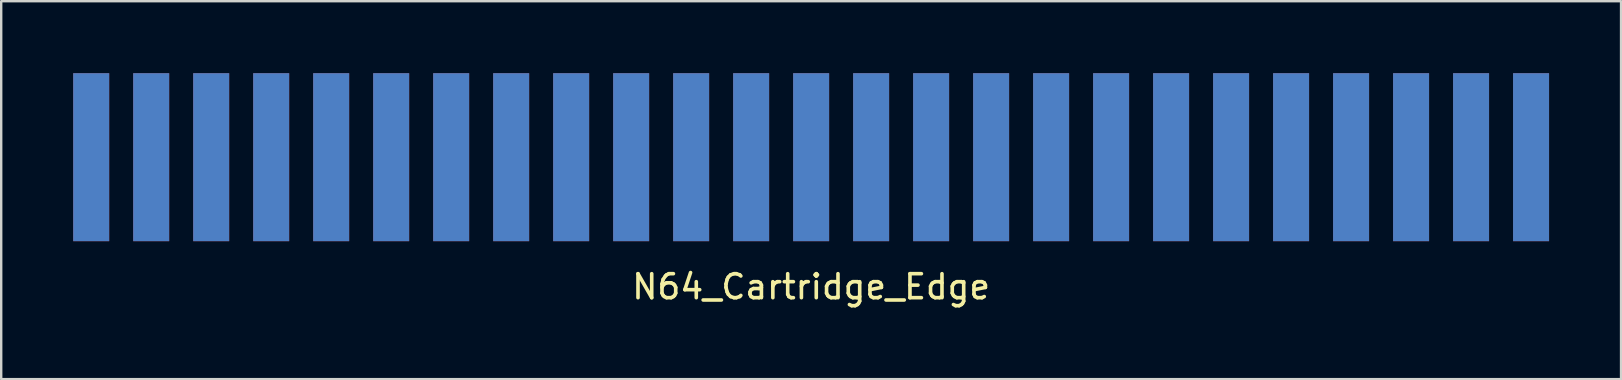
<source format=kicad_pcb>
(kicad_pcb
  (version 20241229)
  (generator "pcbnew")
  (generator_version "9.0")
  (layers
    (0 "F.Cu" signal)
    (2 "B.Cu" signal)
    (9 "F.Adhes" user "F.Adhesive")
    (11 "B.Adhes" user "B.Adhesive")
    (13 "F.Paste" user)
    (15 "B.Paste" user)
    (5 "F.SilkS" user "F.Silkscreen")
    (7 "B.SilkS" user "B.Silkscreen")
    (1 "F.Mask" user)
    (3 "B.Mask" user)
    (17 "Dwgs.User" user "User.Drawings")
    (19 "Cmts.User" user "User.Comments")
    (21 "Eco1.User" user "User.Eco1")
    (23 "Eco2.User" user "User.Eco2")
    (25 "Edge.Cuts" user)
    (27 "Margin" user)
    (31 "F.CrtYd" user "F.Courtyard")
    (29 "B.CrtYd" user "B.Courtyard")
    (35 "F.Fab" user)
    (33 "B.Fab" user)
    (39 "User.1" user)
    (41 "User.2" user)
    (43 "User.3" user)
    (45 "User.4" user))
  (footprint "N64_Cartridge_Edge"
    (layer "F.Cu")
    (at 30.75 3.5)
    (property "Reference" "N64_Cartridge_Edge" (at 0 5.4 0) (layer "F.SilkS") (effects (font (size 1 1) (thickness 0.15))))
    (attr exclude_from_pos_files exclude_from_bom)
    (pad "1" smd rect (at 30 0) (size 1.5 7) (layers "B.Cu"))
    (pad "2" smd rect (at 27.5 0) (size 1.5 7) (layers "B.Cu"))
    (pad "3" smd rect (at 25 0) (size 1.5 7) (layers "B.Cu"))
    (pad "4" smd rect (at 22.5 0) (size 1.5 7) (layers "B.Cu"))
    (pad "5" smd rect (at 20 0) (size 1.5 7) (layers "B.Cu"))
    (pad "6" smd rect (at 17.5 0) (size 1.5 7) (layers "B.Cu"))
    (pad "7" smd rect (at 15 0) (size 1.5 7) (layers "B.Cu"))
    (pad "8" smd rect (at 12.5 0) (size 1.5 7) (layers "B.Cu"))
    (pad "9" smd rect (at 10 0) (size 1.5 7) (layers "B.Cu"))
    (pad "10" smd rect (at 7.5 0) (size 1.5 7) (layers "B.Cu"))
    (pad "11" smd rect (at 5 0) (size 1.5 7) (layers "B.Cu"))
    (pad "12" smd rect (at 2.5 0) (size 1.5 7) (layers "B.Cu"))
    (pad "13" smd rect (at 0 0) (size 1.5 7) (layers "B.Cu"))
    (pad "14" smd rect (at -2.5 0) (size 1.5 7) (layers "B.Cu"))
    (pad "15" smd rect (at -5 0) (size 1.5 7) (layers "B.Cu"))
    (pad "16" smd rect (at -7.5 0) (size 1.5 7) (layers "B.Cu"))
    (pad "17" smd rect (at -10 0) (size 1.5 7) (layers "B.Cu"))
    (pad "18" smd rect (at -12.5 0) (size 1.5 7) (layers "B.Cu"))
    (pad "19" smd rect (at -15 0) (size 1.5 7) (layers "B.Cu"))
    (pad "20" smd rect (at -17.5 0) (size 1.5 7) (layers "B.Cu"))
    (pad "21" smd rect (at -20 0) (size 1.5 7) (layers "B.Cu"))
    (pad "22" smd rect (at -22.5 0) (size 1.5 7) (layers "B.Cu"))
    (pad "23" smd rect (at -25 0) (size 1.5 7) (layers "B.Cu"))
    (pad "24" smd rect (at -27.5 0) (size 1.5 7) (layers "B.Cu"))
    (pad "25" smd rect (at -30 0) (size 1.5 7) (layers "B.Cu"))
    (pad "26" smd rect (at 30 0) (size 1.5 7) (layers "F.Cu"))
    (pad "27" smd rect (at 27.5 0) (size 1.5 7) (layers "F.Cu"))
    (pad "28" smd rect (at 25 0) (size 1.5 7) (layers "F.Cu"))
    (pad "29" smd rect (at 22.5 0) (size 1.5 7) (layers "F.Cu"))
    (pad "30" smd rect (at 20 0) (size 1.5 7) (layers "F.Cu"))
    (pad "31" smd rect (at 17.5 0) (size 1.5 7) (layers "F.Cu"))
    (pad "32" smd rect (at 15 0) (size 1.5 7) (layers "F.Cu"))
    (pad "33" smd rect (at 12.5 0) (size 1.5 7) (layers "F.Cu"))
    (pad "34" smd rect (at 10 0) (size 1.5 7) (layers "F.Cu"))
    (pad "35" smd rect (at 7.5 0) (size 1.5 7) (layers "F.Cu"))
    (pad "36" smd rect (at 5 0) (size 1.5 7) (layers "F.Cu"))
    (pad "37" smd rect (at 2.5 0) (size 1.5 7) (layers "F.Cu"))
    (pad "38" smd rect (at 0 0) (size 1.5 7) (layers "F.Cu"))
    (pad "39" smd rect (at -2.5 0) (size 1.5 7) (layers "F.Cu"))
    (pad "40" smd rect (at -5 0) (size 1.5 7) (layers "F.Cu"))
    (pad "41" smd rect (at -7.5 0) (size 1.5 7) (layers "F.Cu"))
    (pad "42" smd rect (at -10 0) (size 1.5 7) (layers "F.Cu"))
    (pad "43" smd rect (at -12.5 0) (size 1.5 7) (layers "F.Cu"))
    (pad "44" smd rect (at -15 0) (size 1.5 7) (layers "F.Cu"))
    (pad "45" smd rect (at -17.5 0) (size 1.5 7) (layers "F.Cu"))
    (pad "46" smd rect (at -20 0) (size 1.5 7) (layers "F.Cu"))
    (pad "47" smd rect (at -22.5 0) (size 1.5 7) (layers "F.Cu"))
    (pad "48" smd rect (at -25 0) (size 1.5 7) (layers "F.Cu"))
    (pad "49" smd rect (at -27.5 0) (size 1.5 7) (layers "F.Cu"))
    (pad "50" smd rect (at -30 0) (size 1.5 7) (layers "F.Cu")))
  (gr_rect
    (start -3 -3)
    (end 64.5 12.748)
    (stroke (width 0.1) (type default))
    (fill no)
    (layer "Edge.Cuts")))
</source>
